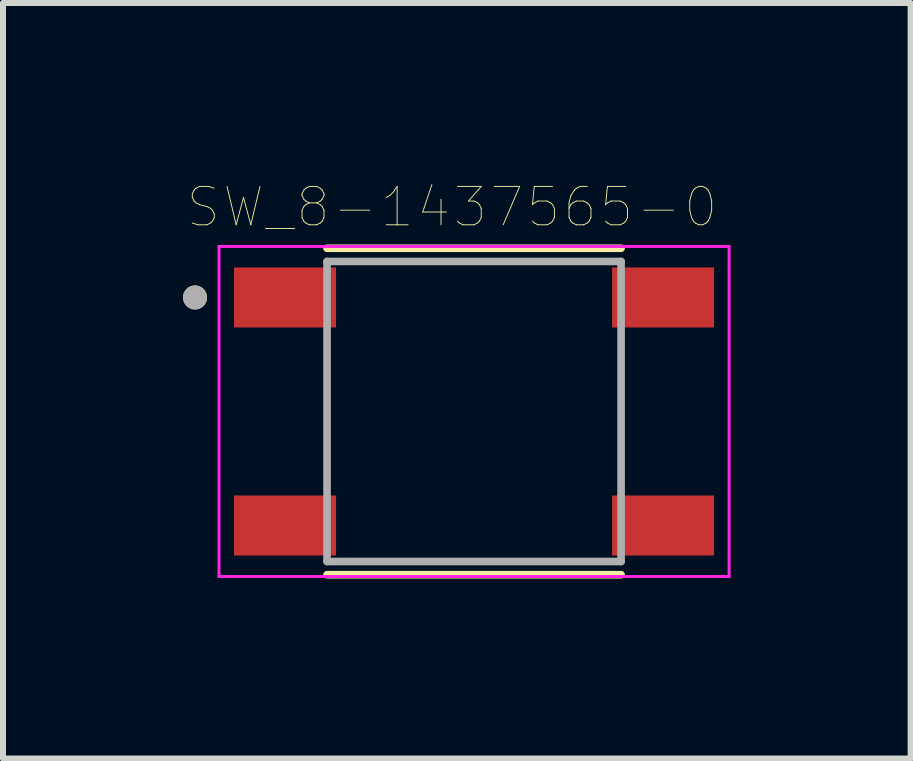
<source format=kicad_pcb>
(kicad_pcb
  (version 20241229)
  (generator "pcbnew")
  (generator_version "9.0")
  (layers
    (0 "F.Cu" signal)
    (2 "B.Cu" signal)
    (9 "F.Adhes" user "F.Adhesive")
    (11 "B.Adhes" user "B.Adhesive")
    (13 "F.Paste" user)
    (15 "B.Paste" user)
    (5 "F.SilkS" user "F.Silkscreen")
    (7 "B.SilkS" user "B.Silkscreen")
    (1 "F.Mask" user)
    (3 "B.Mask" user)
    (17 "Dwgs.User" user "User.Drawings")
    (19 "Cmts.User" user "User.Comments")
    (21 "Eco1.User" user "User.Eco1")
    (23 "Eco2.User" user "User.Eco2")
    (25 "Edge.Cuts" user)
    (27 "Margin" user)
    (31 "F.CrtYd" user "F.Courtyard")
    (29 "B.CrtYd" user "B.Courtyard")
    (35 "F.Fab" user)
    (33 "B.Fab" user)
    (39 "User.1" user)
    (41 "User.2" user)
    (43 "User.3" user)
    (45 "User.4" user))
  (footprint "SW_8-1437565-0"
    (layer "F.Cu")
    (at 4.85 3.807)
    (property "Reference" "SW_8-1437565-0" (at -0.368 -3.406 0) (layer "F.SilkS") (effects (font (size 0.64 0.64) (thickness 0.015))))
    (attr through_hole)
    (fp_line (start 2.45 -2.72) (end -2.45 -2.72) (stroke (width 0.127) (type solid)) (layer "F.SilkS"))
    (fp_line (start 2.45 2.72) (end -2.45 2.72) (stroke (width 0.127) (type solid)) (layer "F.SilkS"))
    (fp_circle (center -4.65 -1.9) (end -4.55 -1.9) (stroke (width 0.2) (type solid)) (fill no) (layer "F.SilkS"))
    (fp_line (start -4.25 -2.75) (end -4.25 2.75) (stroke (width 0.05) (type solid)) (layer "F.CrtYd"))
    (fp_line (start -4.25 2.75) (end 4.25 2.75) (stroke (width 0.05) (type solid)) (layer "F.CrtYd"))
    (fp_line (start 4.25 -2.75) (end -4.25 -2.75) (stroke (width 0.05) (type solid)) (layer "F.CrtYd"))
    (fp_line (start 4.25 2.75) (end 4.25 -2.75) (stroke (width 0.05) (type solid)) (layer "F.CrtYd"))
    (fp_line (start -2.45 -2.5) (end -2.45 2.5) (stroke (width 0.127) (type solid)) (layer "F.Fab"))
    (fp_line (start -2.45 2.5) (end 2.45 2.5) (stroke (width 0.127) (type solid)) (layer "F.Fab"))
    (fp_line (start 2.45 -2.5) (end -2.45 -2.5) (stroke (width 0.127) (type solid)) (layer "F.Fab"))
    (fp_line (start 2.45 2.5) (end 2.45 -2.5) (stroke (width 0.127) (type solid)) (layer "F.Fab"))
    (fp_circle (center -4.65 -1.9) (end -4.55 -1.9) (stroke (width 0.2) (type solid)) (fill no) (layer "F.Fab"))
    (pad "1" smd rect (at -3.15 -1.9) (size 1.7 1) (layers "F.Cu" "F.Mask" "F.Paste"))
    (pad "2" smd rect (at 3.15 -1.9) (size 1.7 1) (layers "F.Cu" "F.Mask" "F.Paste"))
    (pad "3" smd rect (at -3.15 1.9) (size 1.7 1) (layers "F.Cu" "F.Mask" "F.Paste"))
    (pad "4" smd rect (at 3.15 1.9) (size 1.7 1) (layers "F.Cu" "F.Mask" "F.Paste")))
  (gr_rect
    (start -3 -3)
    (end 12.125 9.591)
    (stroke (width 0.1) (type default))
    (fill no)
    (layer "Edge.Cuts")))
</source>
